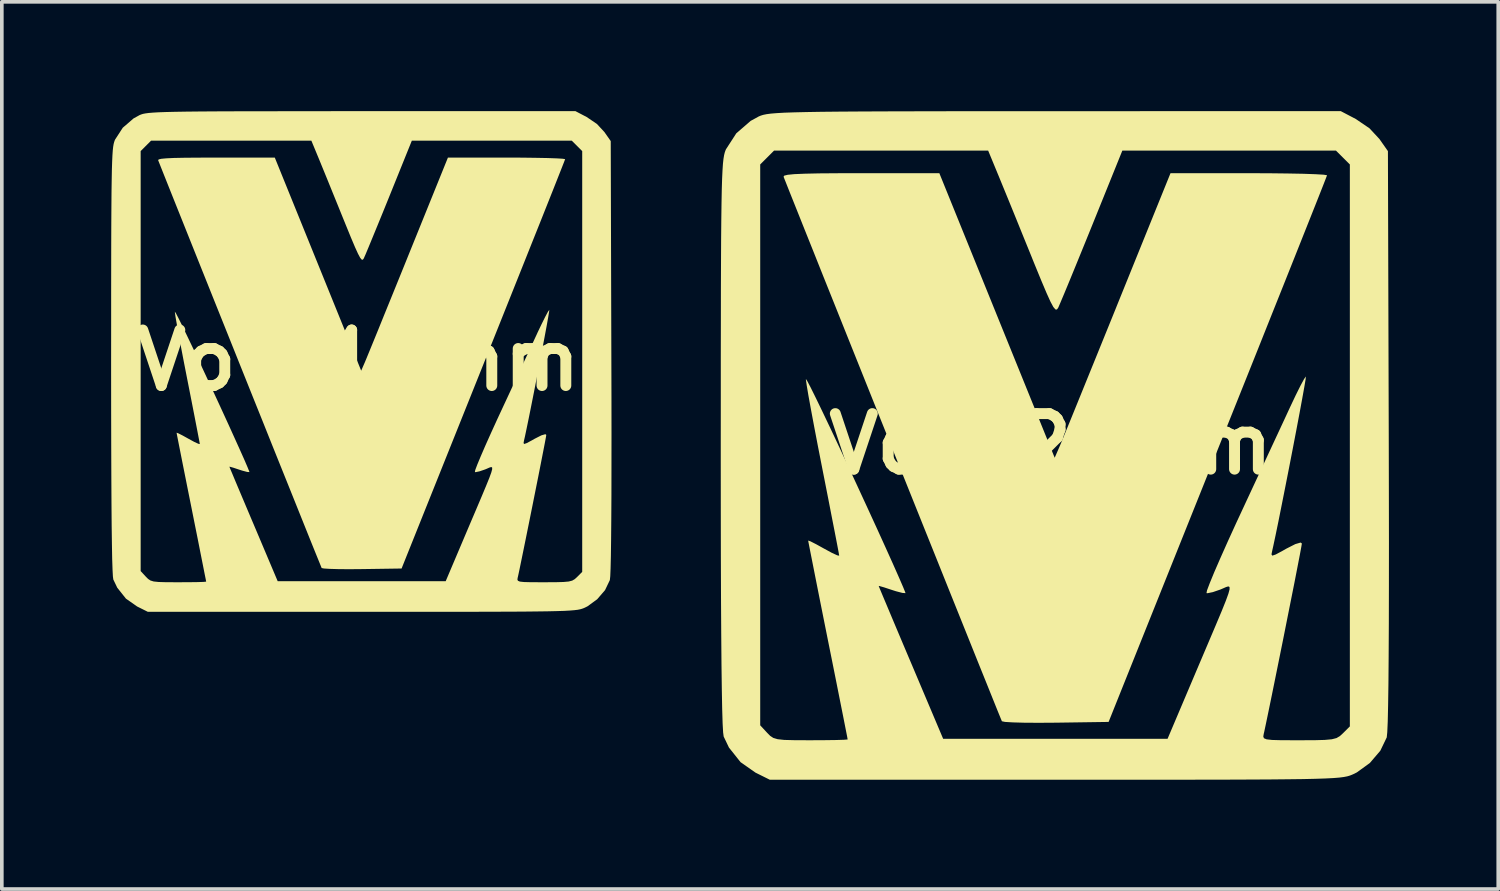
<source format=kicad_pcb>
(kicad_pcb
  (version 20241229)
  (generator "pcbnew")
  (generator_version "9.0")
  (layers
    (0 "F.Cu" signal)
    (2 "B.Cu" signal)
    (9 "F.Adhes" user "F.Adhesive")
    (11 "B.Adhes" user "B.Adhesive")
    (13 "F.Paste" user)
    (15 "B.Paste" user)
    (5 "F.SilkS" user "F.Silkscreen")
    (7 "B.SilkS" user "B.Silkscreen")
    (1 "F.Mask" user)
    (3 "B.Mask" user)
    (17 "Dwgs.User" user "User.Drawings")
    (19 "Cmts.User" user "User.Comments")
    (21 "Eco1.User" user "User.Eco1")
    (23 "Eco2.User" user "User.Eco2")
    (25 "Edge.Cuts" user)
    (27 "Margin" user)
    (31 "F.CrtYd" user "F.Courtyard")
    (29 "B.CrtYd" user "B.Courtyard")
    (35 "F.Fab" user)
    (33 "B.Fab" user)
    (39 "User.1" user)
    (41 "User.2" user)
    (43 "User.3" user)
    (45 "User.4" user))
  (footprint "VoV_20mm"
    (layer "F.Cu")
    (at 25.793 9.138)
    (property "Reference" "VoV_20mm" (at 0 0 0) (layer "F.SilkS") (effects (font (size 1.524 1.524) (thickness 0.3))))
    (attr board_only exclude_from_pos_files exclude_from_bom)
    (fp_poly (pts (xy 5.996 -7.432) (xy 6.501 -7.426) (xy 6.931 -7.418) (xy 7.267 -7.406) (xy 7.49 -7.393) (xy 7.581 -7.378) (xy 7.582 -7.376) (xy 7.553 -7.298) (xy 7.47 -7.085) (xy 7.337 -6.748) (xy 7.157 -6.295) (xy 6.935 -5.737) (xy 6.675 -5.083) (xy 6.38 -4.343) (xy 6.053 -3.525) (xy 5.7 -2.64) (xy 5.323 -1.697) (xy 4.926 -0.706) (xy 4.581 0.155) (xy 1.587 7.628) (xy 0.141 7.649) (xy -0.316 7.652) (xy -0.718 7.65) (xy -1.039 7.641) (xy -1.255 7.628) (xy -1.342 7.61) (xy -1.342 7.61) (xy -1.373 7.535) (xy -1.458 7.327) (xy -1.59 6.999) (xy -1.766 6.561) (xy -1.982 6.026) (xy -2.231 5.405) (xy -2.511 4.708) (xy -2.816 3.949) (xy -3.141 3.138) (xy -3.483 2.287) (xy -3.836 1.407) (xy -4.196 0.51) (xy -4.557 -0.393) (xy -4.917 -1.29) (xy -5.269 -2.169) (xy -5.61 -3.02) (xy -5.934 -3.83) (xy -6.238 -4.588) (xy -6.515 -5.283) (xy -6.763 -5.902) (xy -6.976 -6.436) (xy -7.15 -6.871) (xy -7.279 -7.196) (xy -7.335 -7.337) (xy -7.316 -7.367) (xy -7.222 -7.39) (xy -7.041 -7.408) (xy -6.758 -7.42) (xy -6.36 -7.429) (xy -5.834 -7.433) (xy -5.216 -7.434) (xy -3.059 -7.434) (xy -1.476 -3.528) (xy 0.107 0.377) (xy 0.231 0.092) (xy 0.285 -0.035) (xy 0.39 -0.291) (xy 0.541 -0.66) (xy 0.731 -1.127) (xy 0.955 -1.679) (xy 1.207 -2.299) (xy 1.48 -2.972) (xy 1.769 -3.684) (xy 1.821 -3.814) (xy 3.286 -7.434) (xy 5.438 -7.434)) (stroke (width 0) (type solid)) (fill yes) (layer "F.SilkS"))
    (fp_poly (pts (xy 8.373 -8.921) (xy 8.748 -8.666) (xy 9.02 -8.373) (xy 9.254 -8.04) (xy 9.277 -0.129) (xy 9.28 1.353) (xy 9.282 2.691) (xy 9.281 3.882) (xy 9.279 4.927) (xy 9.274 5.824) (xy 9.268 6.572) (xy 9.259 7.17) (xy 9.249 7.616) (xy 9.236 7.91) (xy 9.222 8.05) (xy 9.221 8.054) (xy 9.045 8.419) (xy 8.758 8.755) (xy 8.402 9.013) (xy 8.328 9.051) (xy 8.269 9.077) (xy 8.208 9.101) (xy 8.136 9.122) (xy 8.042 9.14) (xy 7.918 9.156) (xy 7.754 9.169) (xy 7.541 9.18) (xy 7.27 9.189) (xy 6.931 9.197) (xy 6.516 9.202) (xy 6.014 9.207) (xy 5.417 9.21) (xy 4.716 9.213) (xy 3.9 9.214) (xy 2.962 9.215) (xy 1.891 9.215) (xy 0.678 9.215) (xy 0.132 9.215) (xy -7.713 9.215) (xy -8.107 9.019) (xy -8.516 8.732) (xy -8.834 8.332) (xy -8.979 8.029) (xy -8.994 7.916) (xy -9.005 7.721) (xy -7.976 7.721) (xy -7.786 7.926) (xy -7.703 8.01) (xy -7.617 8.067) (xy -7.499 8.102) (xy -7.318 8.122) (xy -7.046 8.129) (xy -6.652 8.131) (xy -6.586 8.131) (xy -6.211 8.129) (xy -5.899 8.125) (xy -5.678 8.118) (xy -5.579 8.11) (xy -5.576 8.109) (xy -5.59 8.03) (xy -5.632 7.817) (xy -5.697 7.487) (xy -5.783 7.056) (xy -5.885 6.543) (xy -6.001 5.963) (xy -6.118 5.382) (xy -6.243 4.757) (xy -6.358 4.181) (xy -6.459 3.672) (xy -6.543 3.247) (xy -6.607 2.924) (xy -6.647 2.719) (xy -6.66 2.65) (xy -6.599 2.67) (xy -6.44 2.751) (xy -6.234 2.865) (xy -6.015 2.984) (xy -5.862 3.055) (xy -5.808 3.065) (xy -5.822 2.981) (xy -5.863 2.764) (xy -5.927 2.432) (xy -6.011 2.004) (xy -6.109 1.499) (xy -6.22 0.935) (xy -6.276 0.651) (xy -6.391 0.065) (xy -6.494 -0.473) (xy -6.582 -0.943) (xy -6.652 -1.327) (xy -6.699 -1.606) (xy -6.721 -1.76) (xy -6.722 -1.785) (xy -6.686 -1.731) (xy -6.591 -1.551) (xy -6.446 -1.258) (xy -6.257 -0.867) (xy -6.03 -0.391) (xy -5.773 0.155) (xy -5.492 0.757) (xy -5.33 1.107) (xy -5.039 1.737) (xy -4.77 2.323) (xy -4.531 2.849) (xy -4.327 3.302) (xy -4.166 3.666) (xy -4.053 3.927) (xy -3.995 4.07) (xy -3.989 4.093) (xy -4.073 4.087) (xy -4.253 4.04) (xy -4.371 4.002) (xy -4.575 3.935) (xy -4.703 3.898) (xy -4.724 3.896) (xy -4.695 3.968) (xy -4.613 4.165) (xy -4.485 4.469) (xy -4.32 4.862) (xy -4.124 5.327) (xy -3.905 5.845) (xy -3.838 6.002) (xy -2.954 8.092) (xy 3.205 8.092) (xy 4.042 6.118) (xy 4.311 5.485) (xy 4.525 4.981) (xy 4.688 4.593) (xy 4.803 4.307) (xy 4.875 4.109) (xy 4.908 3.986) (xy 4.906 3.924) (xy 4.872 3.908) (xy 4.811 3.926) (xy 4.727 3.963) (xy 4.655 3.994) (xy 4.448 4.065) (xy 4.302 4.095) (xy 4.274 4.092) (xy 4.288 4.018) (xy 4.362 3.822) (xy 4.486 3.52) (xy 4.655 3.131) (xy 4.86 2.671) (xy 5.094 2.158) (xy 5.181 1.971) (xy 5.452 1.388) (xy 5.724 0.804) (xy 5.984 0.245) (xy 6.219 -0.26) (xy 6.415 -0.681) (xy 6.559 -0.992) (xy 6.564 -1.003) (xy 6.72 -1.333) (xy 6.854 -1.602) (xy 6.952 -1.783) (xy 7 -1.852) (xy 7.002 -1.851) (xy 6.994 -1.773) (xy 6.959 -1.565) (xy 6.902 -1.249) (xy 6.828 -0.848) (xy 6.74 -0.383) (xy 6.643 0.123) (xy 6.541 0.649) (xy 6.438 1.172) (xy 6.339 1.67) (xy 6.249 2.121) (xy 6.17 2.504) (xy 6.108 2.795) (xy 6.077 2.933) (xy 6.058 3.029) (xy 6.081 3.064) (xy 6.174 3.032) (xy 6.364 2.93) (xy 6.462 2.874) (xy 6.712 2.747) (xy 6.858 2.704) (xy 6.892 2.73) (xy 6.877 2.821) (xy 6.836 3.042) (xy 6.772 3.372) (xy 6.691 3.789) (xy 6.595 4.271) (xy 6.49 4.797) (xy 6.381 5.346) (xy 6.27 5.895) (xy 6.163 6.424) (xy 6.064 6.911) (xy 5.977 7.334) (xy 5.907 7.671) (xy 5.858 7.902) (xy 5.845 7.957) (xy 5.833 8.028) (xy 5.851 8.076) (xy 5.924 8.106) (xy 6.073 8.123) (xy 6.325 8.13) (xy 6.702 8.131) (xy 6.817 8.131) (xy 7.231 8.13) (xy 7.521 8.122) (xy 7.715 8.104) (xy 7.843 8.071) (xy 7.935 8.017) (xy 8.018 7.941) (xy 8.209 7.751) (xy 8.209 -7.674) (xy 8.018 -7.864) (xy 7.828 -8.054) (xy 1.964 -8.054) (xy 1.127 -5.982) (xy 0.908 -5.443) (xy 0.704 -4.943) (xy 0.524 -4.504) (xy 0.375 -4.144) (xy 0.266 -3.885) (xy 0.206 -3.746) (xy 0.2 -3.736) (xy 0.167 -3.691) (xy 0.126 -3.695) (xy 0.069 -3.763) (xy -0.01 -3.91) (xy -0.119 -4.151) (xy -0.267 -4.501) (xy -0.461 -4.974) (xy -0.539 -5.168) (xy -0.748 -5.682) (xy -0.954 -6.191) (xy -1.146 -6.662) (xy -1.31 -7.062) (xy -1.432 -7.36) (xy -1.455 -7.415) (xy -1.719 -8.054) (xy -7.596 -8.054) (xy -7.976 -7.674) (xy -7.976 7.721) (xy -9.005 7.721) (xy -9.008 7.663) (xy -9.02 7.267) (xy -9.03 6.727) (xy -9.039 6.043) (xy -9.046 5.211) (xy -9.052 4.232) (xy -9.056 3.102) (xy -9.058 1.821) (xy -9.059 0.387) (xy -9.059 0.014) (xy -9.058 -1.259) (xy -9.058 -2.387) (xy -9.056 -3.378) (xy -9.055 -4.243) (xy -9.052 -4.989) (xy -9.049 -5.627) (xy -9.044 -6.166) (xy -9.038 -6.614) (xy -9.031 -6.982) (xy -9.022 -7.278) (xy -9.011 -7.511) (xy -8.999 -7.692) (xy -8.984 -7.829) (xy -8.967 -7.931) (xy -8.948 -8.007) (xy -8.926 -8.068) (xy -8.915 -8.092) (xy -8.632 -8.529) (xy -8.238 -8.87) (xy -8.015 -8.992) (xy -7.959 -9.015) (xy -7.89 -9.036) (xy -7.801 -9.054) (xy -7.681 -9.07) (xy -7.521 -9.083) (xy -7.313 -9.095) (xy -7.046 -9.104) (xy -6.712 -9.112) (xy -6.302 -9.119) (xy -5.806 -9.124) (xy -5.214 -9.128) (xy -4.519 -9.131) (xy -3.71 -9.133) (xy -2.778 -9.135) (xy -1.715 -9.135) (xy -0.51 -9.136) (xy 0.127 -9.136) (xy 7.959 -9.138)) (stroke (width 0) (type solid)) (fill yes) (layer "F.SilkS")))
  (footprint "VoV_15mm"
    (layer "F.Cu")
    (at 6.784 6.843)
    (property "Reference" "VoV_15mm" (at 0 0 0) (layer "F.SilkS") (effects (font (size 1.524 1.524) (thickness 0.3))))
    (attr board_only exclude_from_pos_files exclude_from_bom)
    (fp_poly (pts (xy 4.49 -5.566) (xy 4.868 -5.561) (xy 5.19 -5.555) (xy 5.442 -5.546) (xy 5.609 -5.536) (xy 5.677 -5.525) (xy 5.678 -5.524) (xy 5.656 -5.465) (xy 5.594 -5.306) (xy 5.494 -5.053) (xy 5.36 -4.714) (xy 5.194 -4.297) (xy 4.999 -3.807) (xy 4.777 -3.252) (xy 4.533 -2.64) (xy 4.268 -1.977) (xy 3.986 -1.271) (xy 3.689 -0.528) (xy 3.431 0.116) (xy 1.189 5.712) (xy 0.106 5.728) (xy -0.237 5.731) (xy -0.537 5.729) (xy -0.778 5.722) (xy -0.94 5.712) (xy -1.005 5.699) (xy -1.005 5.699) (xy -1.028 5.642) (xy -1.091 5.487) (xy -1.191 5.241) (xy -1.323 4.914) (xy -1.484 4.513) (xy -1.671 4.047) (xy -1.88 3.526) (xy -2.109 2.957) (xy -2.353 2.35) (xy -2.608 1.712) (xy -2.873 1.053) (xy -3.142 0.382) (xy -3.413 -0.294) (xy -3.682 -0.966) (xy -3.946 -1.624) (xy -4.201 -2.261) (xy -4.444 -2.868) (xy -4.671 -3.436) (xy -4.879 -3.956) (xy -5.065 -4.42) (xy -5.224 -4.819) (xy -5.354 -5.145) (xy -5.451 -5.389) (xy -5.493 -5.495) (xy -5.478 -5.517) (xy -5.408 -5.534) (xy -5.272 -5.547) (xy -5.061 -5.557) (xy -4.763 -5.563) (xy -4.369 -5.566) (xy -3.906 -5.567) (xy -2.291 -5.567) (xy 0.08 0.282) (xy 0.173 0.069) (xy 0.213 -0.026) (xy 0.292 -0.218) (xy 0.405 -0.494) (xy 0.548 -0.844) (xy 0.715 -1.257) (xy 0.904 -1.721) (xy 1.109 -2.226) (xy 1.325 -2.759) (xy 1.364 -2.856) (xy 2.461 -5.567) (xy 4.072 -5.567)) (stroke (width 0) (type solid)) (fill yes) (layer "F.SilkS"))
    (fp_poly (pts (xy 6.27 -6.681) (xy 6.551 -6.49) (xy 6.755 -6.27) (xy 6.93 -6.021) (xy 6.947 -0.097) (xy 6.95 1.013) (xy 6.951 2.015) (xy 6.95 2.907) (xy 6.949 3.69) (xy 6.945 4.362) (xy 6.94 4.922) (xy 6.934 5.369) (xy 6.926 5.703) (xy 6.917 5.923) (xy 6.906 6.028) (xy 6.905 6.031) (xy 6.774 6.305) (xy 6.558 6.556) (xy 6.292 6.75) (xy 6.236 6.778) (xy 6.193 6.798) (xy 6.147 6.815) (xy 6.092 6.831) (xy 6.022 6.845) (xy 5.929 6.856) (xy 5.806 6.866) (xy 5.647 6.875) (xy 5.444 6.881) (xy 5.19 6.887) (xy 4.879 6.891) (xy 4.504 6.895) (xy 4.057 6.897) (xy 3.531 6.899) (xy 2.921 6.9) (xy 2.218 6.901) (xy 1.416 6.901) (xy 0.508 6.901) (xy 0.099 6.901) (xy -5.776 6.901) (xy -6.071 6.754) (xy -6.377 6.539) (xy -6.615 6.24) (xy -6.724 6.013) (xy -6.735 5.928) (xy -6.743 5.782) (xy -5.973 5.782) (xy -5.831 5.936) (xy -5.769 5.998) (xy -5.704 6.041) (xy -5.616 6.068) (xy -5.48 6.082) (xy -5.276 6.088) (xy -4.981 6.089) (xy -4.932 6.089) (xy -4.651 6.088) (xy -4.417 6.085) (xy -4.252 6.08) (xy -4.178 6.073) (xy -4.175 6.072) (xy -4.186 6.013) (xy -4.218 5.854) (xy -4.267 5.606) (xy -4.331 5.284) (xy -4.407 4.899) (xy -4.494 4.466) (xy -4.581 4.03) (xy -4.675 3.562) (xy -4.761 3.131) (xy -4.837 2.75) (xy -4.9 2.432) (xy -4.948 2.189) (xy -4.978 2.036) (xy -4.987 1.984) (xy -4.942 2) (xy -4.823 2.06) (xy -4.668 2.146) (xy -4.505 2.235) (xy -4.39 2.288) (xy -4.349 2.295) (xy -4.36 2.232) (xy -4.391 2.07) (xy -4.439 1.821) (xy -4.501 1.501) (xy -4.575 1.122) (xy -4.658 0.7) (xy -4.7 0.488) (xy -4.786 0.049) (xy -4.863 -0.354) (xy -4.929 -0.706) (xy -4.981 -0.994) (xy -5.017 -1.202) (xy -5.033 -1.318) (xy -5.034 -1.336) (xy -5.006 -1.296) (xy -4.936 -1.161) (xy -4.827 -0.942) (xy -4.686 -0.649) (xy -4.516 -0.293) (xy -4.323 0.116) (xy -4.113 0.567) (xy -3.991 0.829) (xy -3.773 1.301) (xy -3.572 1.739) (xy -3.393 2.134) (xy -3.24 2.473) (xy -3.119 2.745) (xy -3.035 2.941) (xy -2.992 3.048) (xy -2.988 3.065) (xy -3.05 3.061) (xy -3.185 3.025) (xy -3.273 2.997) (xy -3.426 2.946) (xy -3.522 2.919) (xy -3.537 2.918) (xy -3.516 2.972) (xy -3.454 3.119) (xy -3.359 3.347) (xy -3.235 3.641) (xy -3.088 3.989) (xy -2.924 4.377) (xy -2.874 4.494) (xy -2.212 6.06) (xy 2.4 6.06) (xy 3.027 4.581) (xy 3.229 4.107) (xy 3.389 3.73) (xy 3.51 3.44) (xy 3.597 3.225) (xy 3.651 3.077) (xy 3.676 2.985) (xy 3.674 2.938) (xy 3.649 2.927) (xy 3.603 2.94) (xy 3.54 2.968) (xy 3.486 2.991) (xy 3.331 3.044) (xy 3.221 3.067) (xy 3.201 3.065) (xy 3.211 3.009) (xy 3.266 2.862) (xy 3.36 2.636) (xy 3.486 2.344) (xy 3.64 2) (xy 3.815 1.616) (xy 3.88 1.476) (xy 4.083 1.04) (xy 4.287 0.602) (xy 4.481 0.183) (xy 4.657 -0.194) (xy 4.804 -0.51) (xy 4.912 -0.743) (xy 4.915 -0.751) (xy 5.033 -0.998) (xy 5.133 -1.199) (xy 5.206 -1.335) (xy 5.242 -1.387) (xy 5.244 -1.386) (xy 5.237 -1.328) (xy 5.211 -1.172) (xy 5.169 -0.935) (xy 5.113 -0.635) (xy 5.047 -0.287) (xy 4.974 0.092) (xy 4.898 0.486) (xy 4.821 0.878) (xy 4.747 1.251) (xy 4.679 1.589) (xy 4.62 1.875) (xy 4.574 2.093) (xy 4.55 2.196) (xy 4.537 2.269) (xy 4.554 2.294) (xy 4.623 2.27) (xy 4.766 2.194) (xy 4.839 2.152) (xy 5.026 2.057) (xy 5.136 2.025) (xy 5.161 2.045) (xy 5.15 2.113) (xy 5.119 2.278) (xy 5.071 2.525) (xy 5.01 2.837) (xy 4.939 3.198) (xy 4.86 3.592) (xy 4.778 4.003) (xy 4.695 4.415) (xy 4.615 4.811) (xy 4.541 5.175) (xy 4.476 5.492) (xy 4.424 5.745) (xy 4.387 5.918) (xy 4.377 5.959) (xy 4.368 6.012) (xy 4.382 6.048) (xy 4.436 6.071) (xy 4.548 6.083) (xy 4.736 6.088) (xy 5.019 6.089) (xy 5.105 6.089) (xy 5.415 6.088) (xy 5.632 6.082) (xy 5.777 6.069) (xy 5.873 6.044) (xy 5.942 6.004) (xy 6.005 5.947) (xy 6.147 5.804) (xy 6.147 -5.746) (xy 5.862 -6.031) (xy 1.47 -6.031) (xy 0.844 -4.48) (xy 0.68 -4.076) (xy 0.527 -3.702) (xy 0.392 -3.373) (xy 0.281 -3.104) (xy 0.2 -2.91) (xy 0.154 -2.806) (xy 0.15 -2.798) (xy 0.125 -2.764) (xy 0.094 -2.767) (xy 0.052 -2.818) (xy -0.007 -2.928) (xy -0.089 -3.108) (xy -0.2 -3.37) (xy -0.345 -3.725) (xy -0.404 -3.87) (xy -0.56 -4.255) (xy -0.715 -4.636) (xy -0.858 -4.989) (xy -0.981 -5.289) (xy -1.072 -5.512) (xy -1.089 -5.553) (xy -1.287 -6.031) (xy -5.688 -6.031) (xy -5.973 -5.746) (xy -5.973 5.782) (xy -6.743 5.782) (xy -6.745 5.738) (xy -6.755 5.442) (xy -6.762 5.038) (xy -6.769 4.525) (xy -6.774 3.903) (xy -6.778 3.169) (xy -6.781 2.323) (xy -6.783 1.364) (xy -6.784 0.29) (xy -6.784 0.011) (xy -6.783 -0.943) (xy -6.783 -1.788) (xy -6.782 -2.53) (xy -6.781 -3.177) (xy -6.779 -3.736) (xy -6.776 -4.214) (xy -6.773 -4.617) (xy -6.768 -4.953) (xy -6.763 -5.228) (xy -6.756 -5.45) (xy -6.748 -5.625) (xy -6.739 -5.76) (xy -6.728 -5.862) (xy -6.715 -5.939) (xy -6.7 -5.996) (xy -6.684 -6.042) (xy -6.676 -6.06) (xy -6.464 -6.387) (xy -6.169 -6.642) (xy -6.002 -6.734) (xy -5.96 -6.751) (xy -5.909 -6.767) (xy -5.842 -6.78) (xy -5.752 -6.792) (xy -5.632 -6.802) (xy -5.476 -6.811) (xy -5.277 -6.818) (xy -5.027 -6.824) (xy -4.719 -6.829) (xy -4.348 -6.833) (xy -3.905 -6.836) (xy -3.384 -6.838) (xy -2.778 -6.839) (xy -2.08 -6.84) (xy -1.284 -6.841) (xy -0.382 -6.842) (xy 0.095 -6.842) (xy 5.96 -6.843)) (stroke (width 0) (type solid)) (fill yes) (layer "F.SilkS")))
  (gr_rect
    (start -3 -3)
    (end 38.075 21.353)
    (stroke (width 0.1) (type default))
    (fill no)
    (layer "Edge.Cuts")))
</source>
